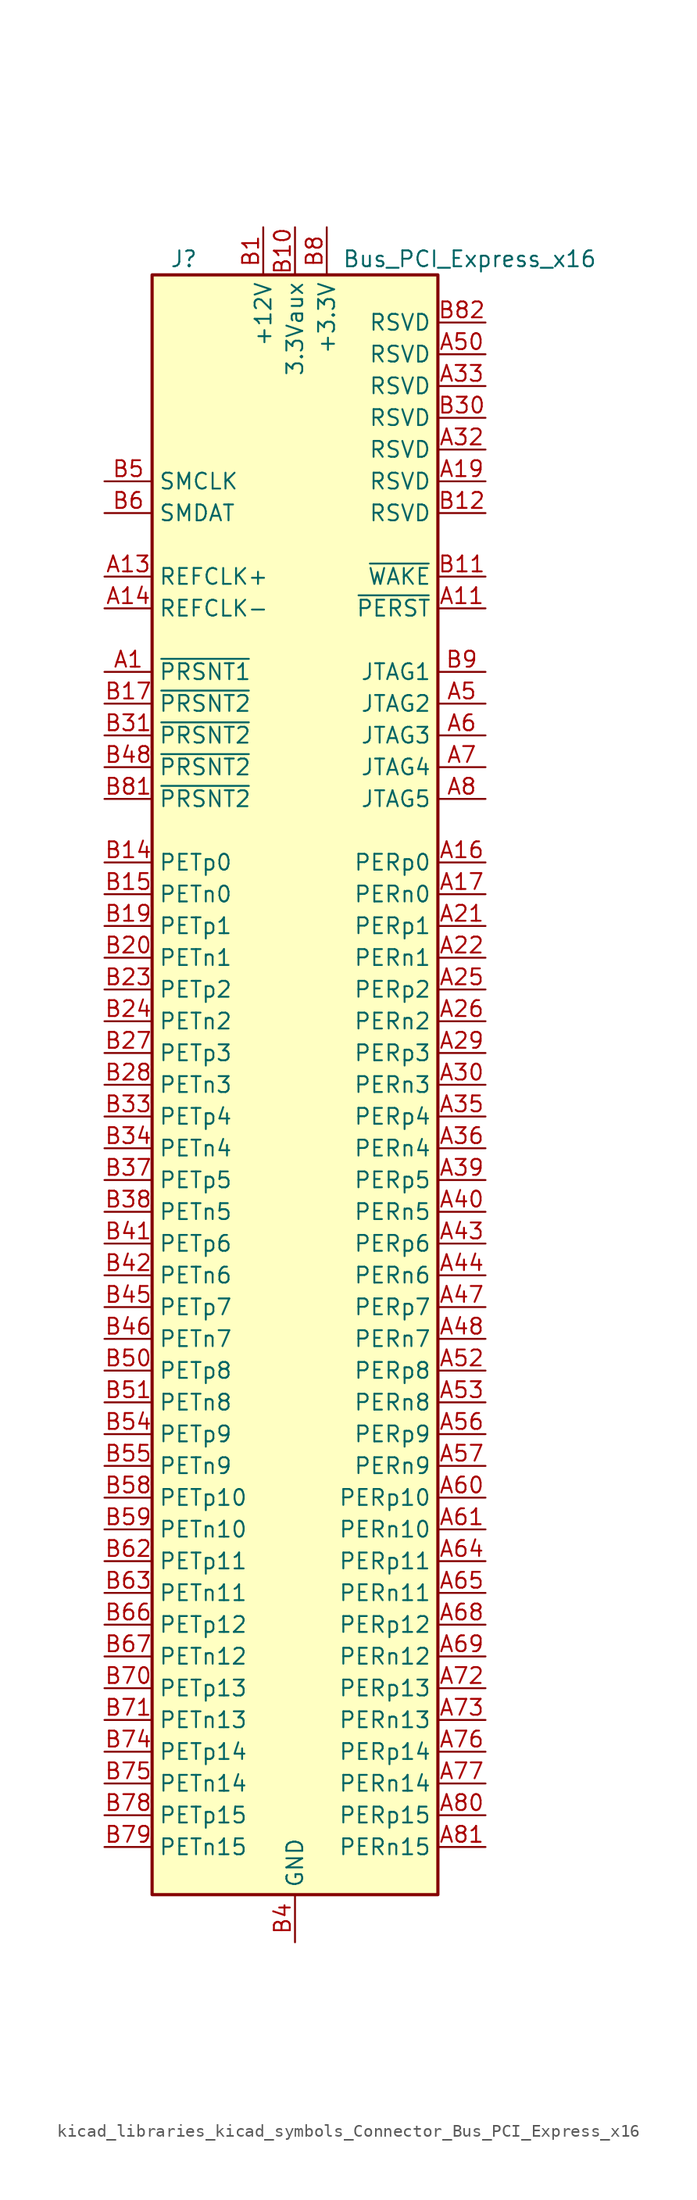
<source format=kicad_sym>
(kicad_symbol_lib
  (version 20220914)
  (generator kicad_symbol_editor)
  (symbol "kicad_libraries_kicad_symbols_Connector_Bus_PCI_Express_x16"
    (property "Reference" "J"
      (at -8.89 66.04 0)
      (effects (font (size 1.27 1.27))))
    (property "Value" "Bus_PCI_Express_x16"
      (at 13.97 66.04 0)
      (effects (font (size 1.27 1.27))))
    (symbol "kicad_libraries_kicad_symbols_Connector_Bus_PCI_Express_x16_0_1"
      (rectangle (start -11.43 64.77) (end 11.43 -64.77) (stroke (width 0.254) (type default)) (fill (type background))))
    (symbol "kicad_libraries_kicad_symbols_Connector_Bus_PCI_Express_x16_1_1"
      (pin passive line (at -15.24 33.02 0) (length 3.81) (name "~{PRSNT1}" (effects (font (size 1.27 1.27)))) (number "A1" (effects (font (size 1.27 1.27)))))
      (pin passive line (at 2.54 68.58 270) (length 3.81) hide (name "+3.3V" (effects (font (size 1.27 1.27)))) (number "A10" (effects (font (size 1.27 1.27)))))
      (pin input line (at 15.24 38.1 180) (length 3.81) (name "~{PERST}" (effects (font (size 1.27 1.27)))) (number "A11" (effects (font (size 1.27 1.27)))))
      (pin passive line (at 0 -68.58 90) (length 3.81) hide (name "GND" (effects (font (size 1.27 1.27)))) (number "A12" (effects (font (size 1.27 1.27)))))
      (pin input line (at -15.24 40.64 0) (length 3.81) (name "REFCLK+" (effects (font (size 1.27 1.27)))) (number "A13" (effects (font (size 1.27 1.27)))))
      (pin input line (at -15.24 38.1 0) (length 3.81) (name "REFCLK-" (effects (font (size 1.27 1.27)))) (number "A14" (effects (font (size 1.27 1.27)))))
      (pin passive line (at 0 -68.58 90) (length 3.81) hide (name "GND" (effects (font (size 1.27 1.27)))) (number "A15" (effects (font (size 1.27 1.27)))))
      (pin output line (at 15.24 17.78 180) (length 3.81) (name "PERp0" (effects (font (size 1.27 1.27)))) (number "A16" (effects (font (size 1.27 1.27)))))
      (pin output line (at 15.24 15.24 180) (length 3.81) (name "PERn0" (effects (font (size 1.27 1.27)))) (number "A17" (effects (font (size 1.27 1.27)))))
      (pin passive line (at 0 -68.58 90) (length 3.81) hide (name "GND" (effects (font (size 1.27 1.27)))) (number "A18" (effects (font (size 1.27 1.27)))))
      (pin passive line (at 15.24 48.26 180) (length 3.81) (name "RSVD" (effects (font (size 1.27 1.27)))) (number "A19" (effects (font (size 1.27 1.27)))))
      (pin passive line (at -2.54 68.58 270) (length 3.81) hide (name "+12V" (effects (font (size 1.27 1.27)))) (number "A2" (effects (font (size 1.27 1.27)))))
      (pin passive line (at 0 -68.58 90) (length 3.81) hide (name "GND" (effects (font (size 1.27 1.27)))) (number "A20" (effects (font (size 1.27 1.27)))))
      (pin output line (at 15.24 12.7 180) (length 3.81) (name "PERp1" (effects (font (size 1.27 1.27)))) (number "A21" (effects (font (size 1.27 1.27)))))
      (pin output line (at 15.24 10.16 180) (length 3.81) (name "PERn1" (effects (font (size 1.27 1.27)))) (number "A22" (effects (font (size 1.27 1.27)))))
      (pin passive line (at 0 -68.58 90) (length 3.81) hide (name "GND" (effects (font (size 1.27 1.27)))) (number "A23" (effects (font (size 1.27 1.27)))))
      (pin passive line (at 0 -68.58 90) (length 3.81) hide (name "GND" (effects (font (size 1.27 1.27)))) (number "A24" (effects (font (size 1.27 1.27)))))
      (pin output line (at 15.24 7.62 180) (length 3.81) (name "PERp2" (effects (font (size 1.27 1.27)))) (number "A25" (effects (font (size 1.27 1.27)))))
      (pin output line (at 15.24 5.08 180) (length 3.81) (name "PERn2" (effects (font (size 1.27 1.27)))) (number "A26" (effects (font (size 1.27 1.27)))))
      (pin passive line (at 0 -68.58 90) (length 3.81) hide (name "GND" (effects (font (size 1.27 1.27)))) (number "A27" (effects (font (size 1.27 1.27)))))
      (pin passive line (at 0 -68.58 90) (length 3.81) hide (name "GND" (effects (font (size 1.27 1.27)))) (number "A28" (effects (font (size 1.27 1.27)))))
      (pin output line (at 15.24 2.54 180) (length 3.81) (name "PERp3" (effects (font (size 1.27 1.27)))) (number "A29" (effects (font (size 1.27 1.27)))))
      (pin passive line (at -2.54 68.58 270) (length 3.81) hide (name "+12V" (effects (font (size 1.27 1.27)))) (number "A3" (effects (font (size 1.27 1.27)))))
      (pin output line (at 15.24 0 180) (length 3.81) (name "PERn3" (effects (font (size 1.27 1.27)))) (number "A30" (effects (font (size 1.27 1.27)))))
      (pin passive line (at 0 -68.58 90) (length 3.81) hide (name "GND" (effects (font (size 1.27 1.27)))) (number "A31" (effects (font (size 1.27 1.27)))))
      (pin passive line (at 15.24 50.8 180) (length 3.81) (name "RSVD" (effects (font (size 1.27 1.27)))) (number "A32" (effects (font (size 1.27 1.27)))))
      (pin passive line (at 15.24 55.88 180) (length 3.81) (name "RSVD" (effects (font (size 1.27 1.27)))) (number "A33" (effects (font (size 1.27 1.27)))))
      (pin passive line (at 0 -68.58 90) (length 3.81) hide (name "GND" (effects (font (size 1.27 1.27)))) (number "A34" (effects (font (size 1.27 1.27)))))
      (pin output line (at 15.24 -2.54 180) (length 3.81) (name "PERp4" (effects (font (size 1.27 1.27)))) (number "A35" (effects (font (size 1.27 1.27)))))
      (pin output line (at 15.24 -5.08 180) (length 3.81) (name "PERn4" (effects (font (size 1.27 1.27)))) (number "A36" (effects (font (size 1.27 1.27)))))
      (pin passive line (at 0 -68.58 90) (length 3.81) hide (name "GND" (effects (font (size 1.27 1.27)))) (number "A37" (effects (font (size 1.27 1.27)))))
      (pin passive line (at 0 -68.58 90) (length 3.81) hide (name "GND" (effects (font (size 1.27 1.27)))) (number "A38" (effects (font (size 1.27 1.27)))))
      (pin output line (at 15.24 -7.62 180) (length 3.81) (name "PERp5" (effects (font (size 1.27 1.27)))) (number "A39" (effects (font (size 1.27 1.27)))))
      (pin passive line (at 0 -68.58 90) (length 3.81) hide (name "GND" (effects (font (size 1.27 1.27)))) (number "A4" (effects (font (size 1.27 1.27)))))
      (pin output line (at 15.24 -10.16 180) (length 3.81) (name "PERn5" (effects (font (size 1.27 1.27)))) (number "A40" (effects (font (size 1.27 1.27)))))
      (pin passive line (at 0 -68.58 90) (length 3.81) hide (name "GND" (effects (font (size 1.27 1.27)))) (number "A41" (effects (font (size 1.27 1.27)))))
      (pin passive line (at 0 -68.58 90) (length 3.81) hide (name "GND" (effects (font (size 1.27 1.27)))) (number "A42" (effects (font (size 1.27 1.27)))))
      (pin output line (at 15.24 -12.7 180) (length 3.81) (name "PERp6" (effects (font (size 1.27 1.27)))) (number "A43" (effects (font (size 1.27 1.27)))))
      (pin output line (at 15.24 -15.24 180) (length 3.81) (name "PERn6" (effects (font (size 1.27 1.27)))) (number "A44" (effects (font (size 1.27 1.27)))))
      (pin passive line (at 0 -68.58 90) (length 3.81) hide (name "GND" (effects (font (size 1.27 1.27)))) (number "A45" (effects (font (size 1.27 1.27)))))
      (pin passive line (at 0 -68.58 90) (length 3.81) hide (name "GND" (effects (font (size 1.27 1.27)))) (number "A46" (effects (font (size 1.27 1.27)))))
      (pin output line (at 15.24 -17.78 180) (length 3.81) (name "PERp7" (effects (font (size 1.27 1.27)))) (number "A47" (effects (font (size 1.27 1.27)))))
      (pin output line (at 15.24 -20.32 180) (length 3.81) (name "PERn7" (effects (font (size 1.27 1.27)))) (number "A48" (effects (font (size 1.27 1.27)))))
      (pin passive line (at 0 -68.58 90) (length 3.81) hide (name "GND" (effects (font (size 1.27 1.27)))) (number "A49" (effects (font (size 1.27 1.27)))))
      (pin input line (at 15.24 30.48 180) (length 3.81) (name "JTAG2" (effects (font (size 1.27 1.27)))) (number "A5" (effects (font (size 1.27 1.27)))))
      (pin passive line (at 15.24 58.42 180) (length 3.81) (name "RSVD" (effects (font (size 1.27 1.27)))) (number "A50" (effects (font (size 1.27 1.27)))))
      (pin passive line (at 0 -68.58 90) (length 3.81) hide (name "GND" (effects (font (size 1.27 1.27)))) (number "A51" (effects (font (size 1.27 1.27)))))
      (pin output line (at 15.24 -22.86 180) (length 3.81) (name "PERp8" (effects (font (size 1.27 1.27)))) (number "A52" (effects (font (size 1.27 1.27)))))
      (pin output line (at 15.24 -25.4 180) (length 3.81) (name "PERn8" (effects (font (size 1.27 1.27)))) (number "A53" (effects (font (size 1.27 1.27)))))
      (pin passive line (at 0 -68.58 90) (length 3.81) hide (name "GND" (effects (font (size 1.27 1.27)))) (number "A54" (effects (font (size 1.27 1.27)))))
      (pin passive line (at 0 -68.58 90) (length 3.81) hide (name "GND" (effects (font (size 1.27 1.27)))) (number "A55" (effects (font (size 1.27 1.27)))))
      (pin output line (at 15.24 -27.94 180) (length 3.81) (name "PERp9" (effects (font (size 1.27 1.27)))) (number "A56" (effects (font (size 1.27 1.27)))))
      (pin output line (at 15.24 -30.48 180) (length 3.81) (name "PERn9" (effects (font (size 1.27 1.27)))) (number "A57" (effects (font (size 1.27 1.27)))))
      (pin passive line (at 0 -68.58 90) (length 3.81) hide (name "GND" (effects (font (size 1.27 1.27)))) (number "A58" (effects (font (size 1.27 1.27)))))
      (pin passive line (at 0 -68.58 90) (length 3.81) hide (name "GND" (effects (font (size 1.27 1.27)))) (number "A59" (effects (font (size 1.27 1.27)))))
      (pin input line (at 15.24 27.94 180) (length 3.81) (name "JTAG3" (effects (font (size 1.27 1.27)))) (number "A6" (effects (font (size 1.27 1.27)))))
      (pin output line (at 15.24 -33.02 180) (length 3.81) (name "PERp10" (effects (font (size 1.27 1.27)))) (number "A60" (effects (font (size 1.27 1.27)))))
      (pin output line (at 15.24 -35.56 180) (length 3.81) (name "PERn10" (effects (font (size 1.27 1.27)))) (number "A61" (effects (font (size 1.27 1.27)))))
      (pin passive line (at 0 -68.58 90) (length 3.81) hide (name "GND" (effects (font (size 1.27 1.27)))) (number "A62" (effects (font (size 1.27 1.27)))))
      (pin passive line (at 0 -68.58 90) (length 3.81) hide (name "GND" (effects (font (size 1.27 1.27)))) (number "A63" (effects (font (size 1.27 1.27)))))
      (pin output line (at 15.24 -38.1 180) (length 3.81) (name "PERp11" (effects (font (size 1.27 1.27)))) (number "A64" (effects (font (size 1.27 1.27)))))
      (pin output line (at 15.24 -40.64 180) (length 3.81) (name "PERn11" (effects (font (size 1.27 1.27)))) (number "A65" (effects (font (size 1.27 1.27)))))
      (pin passive line (at 0 -68.58 90) (length 3.81) hide (name "GND" (effects (font (size 1.27 1.27)))) (number "A66" (effects (font (size 1.27 1.27)))))
      (pin passive line (at 0 -68.58 90) (length 3.81) hide (name "GND" (effects (font (size 1.27 1.27)))) (number "A67" (effects (font (size 1.27 1.27)))))
      (pin output line (at 15.24 -43.18 180) (length 3.81) (name "PERp12" (effects (font (size 1.27 1.27)))) (number "A68" (effects (font (size 1.27 1.27)))))
      (pin output line (at 15.24 -45.72 180) (length 3.81) (name "PERn12" (effects (font (size 1.27 1.27)))) (number "A69" (effects (font (size 1.27 1.27)))))
      (pin output line (at 15.24 25.4 180) (length 3.81) (name "JTAG4" (effects (font (size 1.27 1.27)))) (number "A7" (effects (font (size 1.27 1.27)))))
      (pin passive line (at 0 -68.58 90) (length 3.81) hide (name "GND" (effects (font (size 1.27 1.27)))) (number "A70" (effects (font (size 1.27 1.27)))))
      (pin passive line (at 0 -68.58 90) (length 3.81) hide (name "GND" (effects (font (size 1.27 1.27)))) (number "A71" (effects (font (size 1.27 1.27)))))
      (pin output line (at 15.24 -48.26 180) (length 3.81) (name "PERp13" (effects (font (size 1.27 1.27)))) (number "A72" (effects (font (size 1.27 1.27)))))
      (pin output line (at 15.24 -50.8 180) (length 3.81) (name "PERn13" (effects (font (size 1.27 1.27)))) (number "A73" (effects (font (size 1.27 1.27)))))
      (pin passive line (at 0 -68.58 90) (length 3.81) hide (name "GND" (effects (font (size 1.27 1.27)))) (number "A74" (effects (font (size 1.27 1.27)))))
      (pin passive line (at 0 -68.58 90) (length 3.81) hide (name "GND" (effects (font (size 1.27 1.27)))) (number "A75" (effects (font (size 1.27 1.27)))))
      (pin output line (at 15.24 -53.34 180) (length 3.81) (name "PERp14" (effects (font (size 1.27 1.27)))) (number "A76" (effects (font (size 1.27 1.27)))))
      (pin output line (at 15.24 -55.88 180) (length 3.81) (name "PERn14" (effects (font (size 1.27 1.27)))) (number "A77" (effects (font (size 1.27 1.27)))))
      (pin passive line (at 0 -68.58 90) (length 3.81) hide (name "GND" (effects (font (size 1.27 1.27)))) (number "A78" (effects (font (size 1.27 1.27)))))
      (pin passive line (at 0 -68.58 90) (length 3.81) hide (name "GND" (effects (font (size 1.27 1.27)))) (number "A79" (effects (font (size 1.27 1.27)))))
      (pin input line (at 15.24 22.86 180) (length 3.81) (name "JTAG5" (effects (font (size 1.27 1.27)))) (number "A8" (effects (font (size 1.27 1.27)))))
      (pin output line (at 15.24 -58.42 180) (length 3.81) (name "PERp15" (effects (font (size 1.27 1.27)))) (number "A80" (effects (font (size 1.27 1.27)))))
      (pin output line (at 15.24 -60.96 180) (length 3.81) (name "PERn15" (effects (font (size 1.27 1.27)))) (number "A81" (effects (font (size 1.27 1.27)))))
      (pin passive line (at 0 -68.58 90) (length 3.81) hide (name "GND" (effects (font (size 1.27 1.27)))) (number "A82" (effects (font (size 1.27 1.27)))))
      (pin passive line (at 2.54 68.58 270) (length 3.81) hide (name "+3.3V" (effects (font (size 1.27 1.27)))) (number "A9" (effects (font (size 1.27 1.27)))))
      (pin power_in line (at -2.54 68.58 270) (length 3.81) (name "+12V" (effects (font (size 1.27 1.27)))) (number "B1" (effects (font (size 1.27 1.27)))))
      (pin power_in line (at 0 68.58 270) (length 3.81) (name "3.3Vaux" (effects (font (size 1.27 1.27)))) (number "B10" (effects (font (size 1.27 1.27)))))
      (pin open_collector line (at 15.24 40.64 180) (length 3.81) (name "~{WAKE}" (effects (font (size 1.27 1.27)))) (number "B11" (effects (font (size 1.27 1.27)))))
      (pin passive line (at 15.24 45.72 180) (length 3.81) (name "RSVD" (effects (font (size 1.27 1.27)))) (number "B12" (effects (font (size 1.27 1.27)))))
      (pin passive line (at 0 -68.58 90) (length 3.81) hide (name "GND" (effects (font (size 1.27 1.27)))) (number "B13" (effects (font (size 1.27 1.27)))))
      (pin input line (at -15.24 17.78 0) (length 3.81) (name "PETp0" (effects (font (size 1.27 1.27)))) (number "B14" (effects (font (size 1.27 1.27)))))
      (pin input line (at -15.24 15.24 0) (length 3.81) (name "PETn0" (effects (font (size 1.27 1.27)))) (number "B15" (effects (font (size 1.27 1.27)))))
      (pin passive line (at 0 -68.58 90) (length 3.81) hide (name "GND" (effects (font (size 1.27 1.27)))) (number "B16" (effects (font (size 1.27 1.27)))))
      (pin passive line (at -15.24 30.48 0) (length 3.81) (name "~{PRSNT2}" (effects (font (size 1.27 1.27)))) (number "B17" (effects (font (size 1.27 1.27)))))
      (pin passive line (at 0 -68.58 90) (length 3.81) hide (name "GND" (effects (font (size 1.27 1.27)))) (number "B18" (effects (font (size 1.27 1.27)))))
      (pin input line (at -15.24 12.7 0) (length 3.81) (name "PETp1" (effects (font (size 1.27 1.27)))) (number "B19" (effects (font (size 1.27 1.27)))))
      (pin passive line (at -2.54 68.58 270) (length 3.81) hide (name "+12V" (effects (font (size 1.27 1.27)))) (number "B2" (effects (font (size 1.27 1.27)))))
      (pin input line (at -15.24 10.16 0) (length 3.81) (name "PETn1" (effects (font (size 1.27 1.27)))) (number "B20" (effects (font (size 1.27 1.27)))))
      (pin passive line (at 0 -68.58 90) (length 3.81) hide (name "GND" (effects (font (size 1.27 1.27)))) (number "B21" (effects (font (size 1.27 1.27)))))
      (pin passive line (at 0 -68.58 90) (length 3.81) hide (name "GND" (effects (font (size 1.27 1.27)))) (number "B22" (effects (font (size 1.27 1.27)))))
      (pin input line (at -15.24 7.62 0) (length 3.81) (name "PETp2" (effects (font (size 1.27 1.27)))) (number "B23" (effects (font (size 1.27 1.27)))))
      (pin input line (at -15.24 5.08 0) (length 3.81) (name "PETn2" (effects (font (size 1.27 1.27)))) (number "B24" (effects (font (size 1.27 1.27)))))
      (pin passive line (at 0 -68.58 90) (length 3.81) hide (name "GND" (effects (font (size 1.27 1.27)))) (number "B25" (effects (font (size 1.27 1.27)))))
      (pin passive line (at 0 -68.58 90) (length 3.81) hide (name "GND" (effects (font (size 1.27 1.27)))) (number "B26" (effects (font (size 1.27 1.27)))))
      (pin input line (at -15.24 2.54 0) (length 3.81) (name "PETp3" (effects (font (size 1.27 1.27)))) (number "B27" (effects (font (size 1.27 1.27)))))
      (pin input line (at -15.24 0 0) (length 3.81) (name "PETn3" (effects (font (size 1.27 1.27)))) (number "B28" (effects (font (size 1.27 1.27)))))
      (pin passive line (at 0 -68.58 90) (length 3.81) hide (name "GND" (effects (font (size 1.27 1.27)))) (number "B29" (effects (font (size 1.27 1.27)))))
      (pin passive line (at -2.54 68.58 270) (length 3.81) hide (name "+12V" (effects (font (size 1.27 1.27)))) (number "B3" (effects (font (size 1.27 1.27)))))
      (pin passive line (at 15.24 53.34 180) (length 3.81) (name "RSVD" (effects (font (size 1.27 1.27)))) (number "B30" (effects (font (size 1.27 1.27)))))
      (pin passive line (at -15.24 27.94 0) (length 3.81) (name "~{PRSNT2}" (effects (font (size 1.27 1.27)))) (number "B31" (effects (font (size 1.27 1.27)))))
      (pin passive line (at 0 -68.58 90) (length 3.81) hide (name "GND" (effects (font (size 1.27 1.27)))) (number "B32" (effects (font (size 1.27 1.27)))))
      (pin input line (at -15.24 -2.54 0) (length 3.81) (name "PETp4" (effects (font (size 1.27 1.27)))) (number "B33" (effects (font (size 1.27 1.27)))))
      (pin input line (at -15.24 -5.08 0) (length 3.81) (name "PETn4" (effects (font (size 1.27 1.27)))) (number "B34" (effects (font (size 1.27 1.27)))))
      (pin passive line (at 0 -68.58 90) (length 3.81) hide (name "GND" (effects (font (size 1.27 1.27)))) (number "B35" (effects (font (size 1.27 1.27)))))
      (pin passive line (at 0 -68.58 90) (length 3.81) hide (name "GND" (effects (font (size 1.27 1.27)))) (number "B36" (effects (font (size 1.27 1.27)))))
      (pin input line (at -15.24 -7.62 0) (length 3.81) (name "PETp5" (effects (font (size 1.27 1.27)))) (number "B37" (effects (font (size 1.27 1.27)))))
      (pin input line (at -15.24 -10.16 0) (length 3.81) (name "PETn5" (effects (font (size 1.27 1.27)))) (number "B38" (effects (font (size 1.27 1.27)))))
      (pin passive line (at 0 -68.58 90) (length 3.81) hide (name "GND" (effects (font (size 1.27 1.27)))) (number "B39" (effects (font (size 1.27 1.27)))))
      (pin power_in line (at 0 -68.58 90) (length 3.81) (name "GND" (effects (font (size 1.27 1.27)))) (number "B4" (effects (font (size 1.27 1.27)))))
      (pin passive line (at 0 -68.58 90) (length 3.81) hide (name "GND" (effects (font (size 1.27 1.27)))) (number "B40" (effects (font (size 1.27 1.27)))))
      (pin input line (at -15.24 -12.7 0) (length 3.81) (name "PETp6" (effects (font (size 1.27 1.27)))) (number "B41" (effects (font (size 1.27 1.27)))))
      (pin input line (at -15.24 -15.24 0) (length 3.81) (name "PETn6" (effects (font (size 1.27 1.27)))) (number "B42" (effects (font (size 1.27 1.27)))))
      (pin passive line (at 0 -68.58 90) (length 3.81) hide (name "GND" (effects (font (size 1.27 1.27)))) (number "B43" (effects (font (size 1.27 1.27)))))
      (pin passive line (at 0 -68.58 90) (length 3.81) hide (name "GND" (effects (font (size 1.27 1.27)))) (number "B44" (effects (font (size 1.27 1.27)))))
      (pin input line (at -15.24 -17.78 0) (length 3.81) (name "PETp7" (effects (font (size 1.27 1.27)))) (number "B45" (effects (font (size 1.27 1.27)))))
      (pin input line (at -15.24 -20.32 0) (length 3.81) (name "PETn7" (effects (font (size 1.27 1.27)))) (number "B46" (effects (font (size 1.27 1.27)))))
      (pin passive line (at 0 -68.58 90) (length 3.81) hide (name "GND" (effects (font (size 1.27 1.27)))) (number "B47" (effects (font (size 1.27 1.27)))))
      (pin passive line (at -15.24 25.4 0) (length 3.81) (name "~{PRSNT2}" (effects (font (size 1.27 1.27)))) (number "B48" (effects (font (size 1.27 1.27)))))
      (pin passive line (at 0 -68.58 90) (length 3.81) hide (name "GND" (effects (font (size 1.27 1.27)))) (number "B49" (effects (font (size 1.27 1.27)))))
      (pin input line (at -15.24 48.26 0) (length 3.81) (name "SMCLK" (effects (font (size 1.27 1.27)))) (number "B5" (effects (font (size 1.27 1.27)))))
      (pin input line (at -15.24 -22.86 0) (length 3.81) (name "PETp8" (effects (font (size 1.27 1.27)))) (number "B50" (effects (font (size 1.27 1.27)))))
      (pin input line (at -15.24 -25.4 0) (length 3.81) (name "PETn8" (effects (font (size 1.27 1.27)))) (number "B51" (effects (font (size 1.27 1.27)))))
      (pin passive line (at 0 -68.58 90) (length 3.81) hide (name "GND" (effects (font (size 1.27 1.27)))) (number "B52" (effects (font (size 1.27 1.27)))))
      (pin passive line (at 0 -68.58 90) (length 3.81) hide (name "GND" (effects (font (size 1.27 1.27)))) (number "B53" (effects (font (size 1.27 1.27)))))
      (pin input line (at -15.24 -27.94 0) (length 3.81) (name "PETp9" (effects (font (size 1.27 1.27)))) (number "B54" (effects (font (size 1.27 1.27)))))
      (pin input line (at -15.24 -30.48 0) (length 3.81) (name "PETn9" (effects (font (size 1.27 1.27)))) (number "B55" (effects (font (size 1.27 1.27)))))
      (pin passive line (at 0 -68.58 90) (length 3.81) hide (name "GND" (effects (font (size 1.27 1.27)))) (number "B56" (effects (font (size 1.27 1.27)))))
      (pin passive line (at 0 -68.58 90) (length 3.81) hide (name "GND" (effects (font (size 1.27 1.27)))) (number "B57" (effects (font (size 1.27 1.27)))))
      (pin input line (at -15.24 -33.02 0) (length 3.81) (name "PETp10" (effects (font (size 1.27 1.27)))) (number "B58" (effects (font (size 1.27 1.27)))))
      (pin input line (at -15.24 -35.56 0) (length 3.81) (name "PETn10" (effects (font (size 1.27 1.27)))) (number "B59" (effects (font (size 1.27 1.27)))))
      (pin bidirectional line (at -15.24 45.72 0) (length 3.81) (name "SMDAT" (effects (font (size 1.27 1.27)))) (number "B6" (effects (font (size 1.27 1.27)))))
      (pin passive line (at 0 -68.58 90) (length 3.81) hide (name "GND" (effects (font (size 1.27 1.27)))) (number "B60" (effects (font (size 1.27 1.27)))))
      (pin passive line (at 0 -68.58 90) (length 3.81) hide (name "GND" (effects (font (size 1.27 1.27)))) (number "B61" (effects (font (size 1.27 1.27)))))
      (pin input line (at -15.24 -38.1 0) (length 3.81) (name "PETp11" (effects (font (size 1.27 1.27)))) (number "B62" (effects (font (size 1.27 1.27)))))
      (pin input line (at -15.24 -40.64 0) (length 3.81) (name "PETn11" (effects (font (size 1.27 1.27)))) (number "B63" (effects (font (size 1.27 1.27)))))
      (pin passive line (at 0 -68.58 90) (length 3.81) hide (name "GND" (effects (font (size 1.27 1.27)))) (number "B64" (effects (font (size 1.27 1.27)))))
      (pin passive line (at 0 -68.58 90) (length 3.81) hide (name "GND" (effects (font (size 1.27 1.27)))) (number "B65" (effects (font (size 1.27 1.27)))))
      (pin input line (at -15.24 -43.18 0) (length 3.81) (name "PETp12" (effects (font (size 1.27 1.27)))) (number "B66" (effects (font (size 1.27 1.27)))))
      (pin input line (at -15.24 -45.72 0) (length 3.81) (name "PETn12" (effects (font (size 1.27 1.27)))) (number "B67" (effects (font (size 1.27 1.27)))))
      (pin passive line (at 0 -68.58 90) (length 3.81) hide (name "GND" (effects (font (size 1.27 1.27)))) (number "B68" (effects (font (size 1.27 1.27)))))
      (pin passive line (at 0 -68.58 90) (length 3.81) hide (name "GND" (effects (font (size 1.27 1.27)))) (number "B69" (effects (font (size 1.27 1.27)))))
      (pin passive line (at 0 -68.58 90) (length 3.81) hide (name "GND" (effects (font (size 1.27 1.27)))) (number "B7" (effects (font (size 1.27 1.27)))))
      (pin input line (at -15.24 -48.26 0) (length 3.81) (name "PETp13" (effects (font (size 1.27 1.27)))) (number "B70" (effects (font (size 1.27 1.27)))))
      (pin input line (at -15.24 -50.8 0) (length 3.81) (name "PETn13" (effects (font (size 1.27 1.27)))) (number "B71" (effects (font (size 1.27 1.27)))))
      (pin passive line (at 0 -68.58 90) (length 3.81) hide (name "GND" (effects (font (size 1.27 1.27)))) (number "B72" (effects (font (size 1.27 1.27)))))
      (pin passive line (at 0 -68.58 90) (length 3.81) hide (name "GND" (effects (font (size 1.27 1.27)))) (number "B73" (effects (font (size 1.27 1.27)))))
      (pin input line (at -15.24 -53.34 0) (length 3.81) (name "PETp14" (effects (font (size 1.27 1.27)))) (number "B74" (effects (font (size 1.27 1.27)))))
      (pin input line (at -15.24 -55.88 0) (length 3.81) (name "PETn14" (effects (font (size 1.27 1.27)))) (number "B75" (effects (font (size 1.27 1.27)))))
      (pin passive line (at 0 -68.58 90) (length 3.81) hide (name "GND" (effects (font (size 1.27 1.27)))) (number "B76" (effects (font (size 1.27 1.27)))))
      (pin passive line (at 0 -68.58 90) (length 3.81) hide (name "GND" (effects (font (size 1.27 1.27)))) (number "B77" (effects (font (size 1.27 1.27)))))
      (pin input line (at -15.24 -58.42 0) (length 3.81) (name "PETp15" (effects (font (size 1.27 1.27)))) (number "B78" (effects (font (size 1.27 1.27)))))
      (pin input line (at -15.24 -60.96 0) (length 3.81) (name "PETn15" (effects (font (size 1.27 1.27)))) (number "B79" (effects (font (size 1.27 1.27)))))
      (pin power_in line (at 2.54 68.58 270) (length 3.81) (name "+3.3V" (effects (font (size 1.27 1.27)))) (number "B8" (effects (font (size 1.27 1.27)))))
      (pin passive line (at 0 -68.58 90) (length 3.81) hide (name "GND" (effects (font (size 1.27 1.27)))) (number "B80" (effects (font (size 1.27 1.27)))))
      (pin passive line (at -15.24 22.86 0) (length 3.81) (name "~{PRSNT2}" (effects (font (size 1.27 1.27)))) (number "B81" (effects (font (size 1.27 1.27)))))
      (pin passive line (at 15.24 60.96 180) (length 3.81) (name "RSVD" (effects (font (size 1.27 1.27)))) (number "B82" (effects (font (size 1.27 1.27)))))
      (pin input line (at 15.24 33.02 180) (length 3.81) (name "JTAG1" (effects (font (size 1.27 1.27)))) (number "B9" (effects (font (size 1.27 1.27))))))))
</source>
